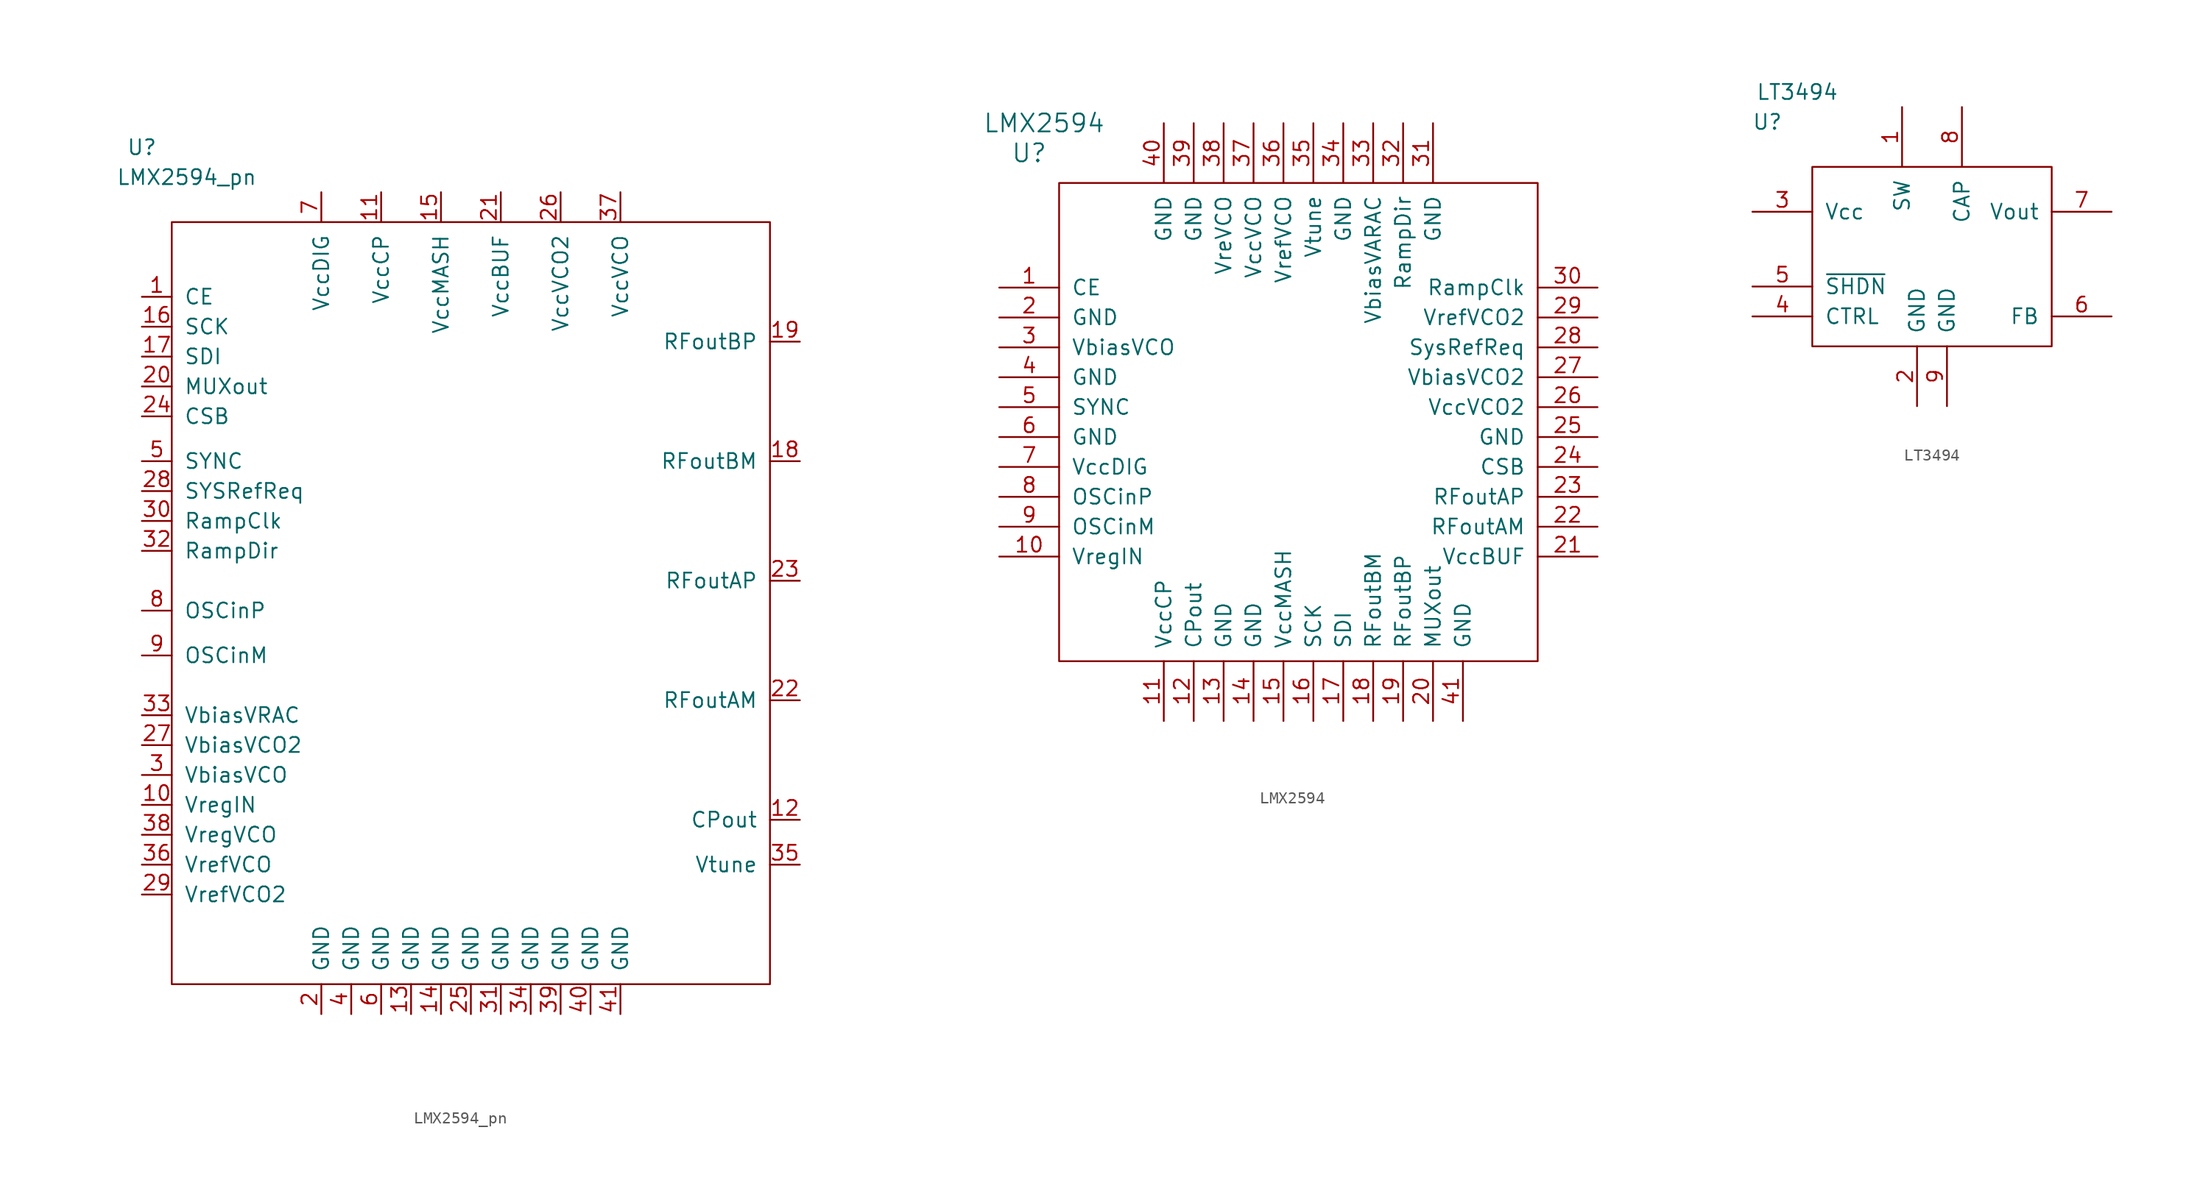
<source format=kicad_sym>
(kicad_symbol_lib
  (version 20201005)
  (generator kicad_symbol_editor)
  (symbol "vna_mm:LMX2594_pn"
    (pin_names
      (offset 1.016))
    (property "Reference" "U"
      (at -27.94 40.64 0)
      (effects (font (size 1.27 1.27))))
    (property "Value" "LMX2594_pn"
      (at -24.13 38.1 0)
      (effects (font (size 1.27 1.27))))
    (symbol "LMX2594_pn_0_0"
      (pin input line (at -27.94 27.94 0) (length 2.54) (name "CE" (effects (font (size 1.27 1.27)))) (number "1" (effects (font (size 1.27 1.27)))))
      (pin power_out line (at -27.94 -15.24 0) (length 2.54) (name "VregIN" (effects (font (size 1.27 1.27)))) (number "10" (effects (font (size 1.27 1.27)))))
      (pin power_in line (at -7.62 36.83 270) (length 2.54) (name "VccCP" (effects (font (size 1.27 1.27)))) (number "11" (effects (font (size 1.27 1.27)))))
      (pin output line (at 27.94 -16.51 180) (length 2.54) (name "CPout" (effects (font (size 1.27 1.27)))) (number "12" (effects (font (size 1.27 1.27)))))
      (pin power_in line (at -5.08 -33.02 90) (length 2.54) (name "GND" (effects (font (size 1.27 1.27)))) (number "13" (effects (font (size 1.27 1.27)))))
      (pin power_in line (at -2.54 -33.02 90) (length 2.54) (name "GND" (effects (font (size 1.27 1.27)))) (number "14" (effects (font (size 1.27 1.27)))))
      (pin power_in line (at -2.54 36.83 270) (length 2.54) (name "VccMASH" (effects (font (size 1.27 1.27)))) (number "15" (effects (font (size 1.27 1.27)))))
      (pin input line (at -27.94 25.4 0) (length 2.54) (name "SCK" (effects (font (size 1.27 1.27)))) (number "16" (effects (font (size 1.27 1.27)))))
      (pin input line (at -27.94 22.86 0) (length 2.54) (name "SDI" (effects (font (size 1.27 1.27)))) (number "17" (effects (font (size 1.27 1.27)))))
      (pin output line (at 27.94 13.97 180) (length 2.54) (name "RFoutBM" (effects (font (size 1.27 1.27)))) (number "18" (effects (font (size 1.27 1.27)))))
      (pin output line (at 27.94 24.13 180) (length 2.54) (name "RFoutBP" (effects (font (size 1.27 1.27)))) (number "19" (effects (font (size 1.27 1.27)))))
      (pin power_in line (at -12.7 -33.02 90) (length 2.54) (name "GND" (effects (font (size 1.27 1.27)))) (number "2" (effects (font (size 1.27 1.27)))))
      (pin input line (at -27.94 20.32 0) (length 2.54) (name "MUXout" (effects (font (size 1.27 1.27)))) (number "20" (effects (font (size 1.27 1.27)))))
      (pin power_in line (at 2.54 36.83 270) (length 2.54) (name "VccBUF" (effects (font (size 1.27 1.27)))) (number "21" (effects (font (size 1.27 1.27)))))
      (pin output line (at 27.94 -6.35 180) (length 2.54) (name "RFoutAM" (effects (font (size 1.27 1.27)))) (number "22" (effects (font (size 1.27 1.27)))))
      (pin output line (at 27.94 3.81 180) (length 2.54) (name "RFoutAP" (effects (font (size 1.27 1.27)))) (number "23" (effects (font (size 1.27 1.27)))))
      (pin input line (at -27.94 17.78 0) (length 2.54) (name "CSB" (effects (font (size 1.27 1.27)))) (number "24" (effects (font (size 1.27 1.27)))))
      (pin power_in line (at 0 -33.02 90) (length 2.54) (name "GND" (effects (font (size 1.27 1.27)))) (number "25" (effects (font (size 1.27 1.27)))))
      (pin power_in line (at 7.62 36.83 270) (length 2.54) (name "VccVCO2" (effects (font (size 1.27 1.27)))) (number "26" (effects (font (size 1.27 1.27)))))
      (pin power_out line (at -27.94 -10.16 0) (length 2.54) (name "VbiasVCO2" (effects (font (size 1.27 1.27)))) (number "27" (effects (font (size 1.27 1.27)))))
      (pin input line (at -27.94 11.43 0) (length 2.54) (name "SYSRefReq" (effects (font (size 1.27 1.27)))) (number "28" (effects (font (size 1.27 1.27)))))
      (pin power_out line (at -27.94 -22.86 0) (length 2.54) (name "VrefVCO2" (effects (font (size 1.27 1.27)))) (number "29" (effects (font (size 1.27 1.27)))))
      (pin power_out line (at -27.94 -12.7 0) (length 2.54) (name "VbiasVCO" (effects (font (size 1.27 1.27)))) (number "3" (effects (font (size 1.27 1.27)))))
      (pin input line (at -27.94 8.89 0) (length 2.54) (name "RampClk" (effects (font (size 1.27 1.27)))) (number "30" (effects (font (size 1.27 1.27)))))
      (pin power_in line (at 2.54 -33.02 90) (length 2.54) (name "GND" (effects (font (size 1.27 1.27)))) (number "31" (effects (font (size 1.27 1.27)))))
      (pin input line (at -27.94 6.35 0) (length 2.54) (name "RampDir" (effects (font (size 1.27 1.27)))) (number "32" (effects (font (size 1.27 1.27)))))
      (pin power_out line (at -27.94 -7.62 0) (length 2.54) (name "VbiasVRAC" (effects (font (size 1.27 1.27)))) (number "33" (effects (font (size 1.27 1.27)))))
      (pin power_in line (at 5.08 -33.02 90) (length 2.54) (name "GND" (effects (font (size 1.27 1.27)))) (number "34" (effects (font (size 1.27 1.27)))))
      (pin input line (at 27.94 -20.32 180) (length 2.54) (name "Vtune" (effects (font (size 1.27 1.27)))) (number "35" (effects (font (size 1.27 1.27)))))
      (pin power_out line (at -27.94 -20.32 0) (length 2.54) (name "VrefVCO" (effects (font (size 1.27 1.27)))) (number "36" (effects (font (size 1.27 1.27)))))
      (pin power_in line (at 12.7 36.83 270) (length 2.54) (name "VccVCO" (effects (font (size 1.27 1.27)))) (number "37" (effects (font (size 1.27 1.27)))))
      (pin power_out line (at -27.94 -17.78 0) (length 2.54) (name "VregVCO" (effects (font (size 1.27 1.27)))) (number "38" (effects (font (size 1.27 1.27)))))
      (pin power_in line (at 7.62 -33.02 90) (length 2.54) (name "GND" (effects (font (size 1.27 1.27)))) (number "39" (effects (font (size 1.27 1.27)))))
      (pin power_in line (at -10.16 -33.02 90) (length 2.54) (name "GND" (effects (font (size 1.27 1.27)))) (number "4" (effects (font (size 1.27 1.27)))))
      (pin power_in line (at 10.16 -33.02 90) (length 2.54) (name "GND" (effects (font (size 1.27 1.27)))) (number "40" (effects (font (size 1.27 1.27)))))
      (pin power_in line (at 12.7 -33.02 90) (length 2.54) (name "GND" (effects (font (size 1.27 1.27)))) (number "41" (effects (font (size 1.27 1.27)))))
      (pin input line (at -27.94 13.97 0) (length 2.54) (name "SYNC" (effects (font (size 1.27 1.27)))) (number "5" (effects (font (size 1.27 1.27)))))
      (pin power_in line (at -7.62 -33.02 90) (length 2.54) (name "GND" (effects (font (size 1.27 1.27)))) (number "6" (effects (font (size 1.27 1.27)))))
      (pin power_in line (at -12.7 36.83 270) (length 2.54) (name "VccDIG" (effects (font (size 1.27 1.27)))) (number "7" (effects (font (size 1.27 1.27)))))
      (pin input line (at -27.94 1.27 0) (length 2.54) (name "OSCinP" (effects (font (size 1.27 1.27)))) (number "8" (effects (font (size 1.27 1.27)))))
      (pin input line (at -27.94 -2.54 0) (length 2.54) (name "OSCinM" (effects (font (size 1.27 1.27)))) (number "9" (effects (font (size 1.27 1.27))))))
    (symbol "LMX2594_pn_0_1"
      (rectangle (start -25.4 34.29) (end 25.4 -30.48) (stroke (width 0)) (fill (type none)))))
  (symbol "vna_mm:LMX2594"
    (pin_names
      (offset 1.016))
    (property "Reference" "U"
      (at -22.86 22.86 0)
      (effects (font (size 1.524 1.524))))
    (property "Value" "LMX2594"
      (at -21.59 25.4 0)
      (effects (font (size 1.524 1.524))))
    (property "Footprint" ""
      (at 0 0 0)
      (effects (font (size 1.524 1.524))))
    (property "Datasheet" ""
      (at 0 0 0)
      (effects (font (size 1.524 1.524))))
    (symbol "LMX2594_0_1"
      (rectangle (start -20.32 20.32) (end 20.32 -20.32) (stroke (width 0)) (fill (type none))))
    (symbol "LMX2594_1_1"
      (pin input line (at -25.4 11.43 0) (length 5.08) (name "CE" (effects (font (size 1.27 1.27)))) (number "1" (effects (font (size 1.27 1.27)))))
      (pin input line (at -25.4 -11.43 0) (length 5.08) (name "VregIN" (effects (font (size 1.27 1.27)))) (number "10" (effects (font (size 1.27 1.27)))))
      (pin input line (at -11.43 -25.4 90) (length 5.08) (name "VccCP" (effects (font (size 1.27 1.27)))) (number "11" (effects (font (size 1.27 1.27)))))
      (pin input line (at -8.89 -25.4 90) (length 5.08) (name "CPout" (effects (font (size 1.27 1.27)))) (number "12" (effects (font (size 1.27 1.27)))))
      (pin input line (at -6.35 -25.4 90) (length 5.08) (name "GND" (effects (font (size 1.27 1.27)))) (number "13" (effects (font (size 1.27 1.27)))))
      (pin input line (at -3.81 -25.4 90) (length 5.08) (name "GND" (effects (font (size 1.27 1.27)))) (number "14" (effects (font (size 1.27 1.27)))))
      (pin input line (at -1.27 -25.4 90) (length 5.08) (name "VccMASH" (effects (font (size 1.27 1.27)))) (number "15" (effects (font (size 1.27 1.27)))))
      (pin input line (at 1.27 -25.4 90) (length 5.08) (name "SCK" (effects (font (size 1.27 1.27)))) (number "16" (effects (font (size 1.27 1.27)))))
      (pin input line (at 3.81 -25.4 90) (length 5.08) (name "SDI" (effects (font (size 1.27 1.27)))) (number "17" (effects (font (size 1.27 1.27)))))
      (pin input line (at 6.35 -25.4 90) (length 5.08) (name "RFoutBM" (effects (font (size 1.27 1.27)))) (number "18" (effects (font (size 1.27 1.27)))))
      (pin input line (at 8.89 -25.4 90) (length 5.08) (name "RFoutBP" (effects (font (size 1.27 1.27)))) (number "19" (effects (font (size 1.27 1.27)))))
      (pin input line (at -25.4 8.89 0) (length 5.08) (name "GND" (effects (font (size 1.27 1.27)))) (number "2" (effects (font (size 1.27 1.27)))))
      (pin input line (at 11.43 -25.4 90) (length 5.08) (name "MUXout" (effects (font (size 1.27 1.27)))) (number "20" (effects (font (size 1.27 1.27)))))
      (pin input line (at 25.4 -11.43 180) (length 5.08) (name "VccBUF" (effects (font (size 1.27 1.27)))) (number "21" (effects (font (size 1.27 1.27)))))
      (pin input line (at 25.4 -8.89 180) (length 5.08) (name "RFoutAM" (effects (font (size 1.27 1.27)))) (number "22" (effects (font (size 1.27 1.27)))))
      (pin input line (at 25.4 -6.35 180) (length 5.08) (name "RFoutAP" (effects (font (size 1.27 1.27)))) (number "23" (effects (font (size 1.27 1.27)))))
      (pin input line (at 25.4 -3.81 180) (length 5.08) (name "CSB" (effects (font (size 1.27 1.27)))) (number "24" (effects (font (size 1.27 1.27)))))
      (pin input line (at 25.4 -1.27 180) (length 5.08) (name "GND" (effects (font (size 1.27 1.27)))) (number "25" (effects (font (size 1.27 1.27)))))
      (pin input line (at 25.4 1.27 180) (length 5.08) (name "VccVCO2" (effects (font (size 1.27 1.27)))) (number "26" (effects (font (size 1.27 1.27)))))
      (pin input line (at 25.4 3.81 180) (length 5.08) (name "VbiasVCO2" (effects (font (size 1.27 1.27)))) (number "27" (effects (font (size 1.27 1.27)))))
      (pin input line (at 25.4 6.35 180) (length 5.08) (name "SysRefReq" (effects (font (size 1.27 1.27)))) (number "28" (effects (font (size 1.27 1.27)))))
      (pin input line (at 25.4 8.89 180) (length 5.08) (name "VrefVCO2" (effects (font (size 1.27 1.27)))) (number "29" (effects (font (size 1.27 1.27)))))
      (pin input line (at -25.4 6.35 0) (length 5.08) (name "VbiasVCO" (effects (font (size 1.27 1.27)))) (number "3" (effects (font (size 1.27 1.27)))))
      (pin input line (at 25.4 11.43 180) (length 5.08) (name "RampClk" (effects (font (size 1.27 1.27)))) (number "30" (effects (font (size 1.27 1.27)))))
      (pin input line (at 11.43 25.4 270) (length 5.08) (name "GND" (effects (font (size 1.27 1.27)))) (number "31" (effects (font (size 1.27 1.27)))))
      (pin input line (at 8.89 25.4 270) (length 5.08) (name "RampDir" (effects (font (size 1.27 1.27)))) (number "32" (effects (font (size 1.27 1.27)))))
      (pin input line (at 6.35 25.4 270) (length 5.08) (name "VbiasVARAC" (effects (font (size 1.27 1.27)))) (number "33" (effects (font (size 1.27 1.27)))))
      (pin input line (at 3.81 25.4 270) (length 5.08) (name "GND" (effects (font (size 1.27 1.27)))) (number "34" (effects (font (size 1.27 1.27)))))
      (pin input line (at 1.27 25.4 270) (length 5.08) (name "Vtune" (effects (font (size 1.27 1.27)))) (number "35" (effects (font (size 1.27 1.27)))))
      (pin input line (at -1.27 25.4 270) (length 5.08) (name "VrefVCO" (effects (font (size 1.27 1.27)))) (number "36" (effects (font (size 1.27 1.27)))))
      (pin input line (at -3.81 25.4 270) (length 5.08) (name "VccVCO" (effects (font (size 1.27 1.27)))) (number "37" (effects (font (size 1.27 1.27)))))
      (pin input line (at -6.35 25.4 270) (length 5.08) (name "VreVCO" (effects (font (size 1.27 1.27)))) (number "38" (effects (font (size 1.27 1.27)))))
      (pin input line (at -8.89 25.4 270) (length 5.08) (name "GND" (effects (font (size 1.27 1.27)))) (number "39" (effects (font (size 1.27 1.27)))))
      (pin input line (at -25.4 3.81 0) (length 5.08) (name "GND" (effects (font (size 1.27 1.27)))) (number "4" (effects (font (size 1.27 1.27)))))
      (pin input line (at -11.43 25.4 270) (length 5.08) (name "GND" (effects (font (size 1.27 1.27)))) (number "40" (effects (font (size 1.27 1.27)))))
      (pin input line (at 13.97 -25.4 90) (length 5.08) (name "GND" (effects (font (size 1.27 1.27)))) (number "41" (effects (font (size 1.27 1.27)))))
      (pin input line (at -25.4 1.27 0) (length 5.08) (name "SYNC" (effects (font (size 1.27 1.27)))) (number "5" (effects (font (size 1.27 1.27)))))
      (pin input line (at -25.4 -1.27 0) (length 5.08) (name "GND" (effects (font (size 1.27 1.27)))) (number "6" (effects (font (size 1.27 1.27)))))
      (pin input line (at -25.4 -3.81 0) (length 5.08) (name "VccDIG" (effects (font (size 1.27 1.27)))) (number "7" (effects (font (size 1.27 1.27)))))
      (pin input line (at -25.4 -6.35 0) (length 5.08) (name "OSCinP" (effects (font (size 1.27 1.27)))) (number "8" (effects (font (size 1.27 1.27)))))
      (pin input line (at -25.4 -8.89 0) (length 5.08) (name "OSCinM" (effects (font (size 1.27 1.27)))) (number "9" (effects (font (size 1.27 1.27)))))))
  (symbol "vna_mm:LT3494"
    (pin_names
      (offset 1.016))
    (property "Reference" "U"
      (at -13.97 11.43 0)
      (effects (font (size 1.27 1.27))))
    (property "Value" "LT3494"
      (at -11.43 13.97 0)
      (effects (font (size 1.27 1.27))))
    (symbol "LT3494_0_1"
      (rectangle (start -10.16 7.62) (end 10.16 -7.62) (stroke (width 0)) (fill (type none))))
    (symbol "LT3494_1_1"
      (pin output line (at -2.54 12.7 270) (length 5.08) (name "SW" (effects (font (size 1.27 1.27)))) (number "1" (effects (font (size 1.27 1.27)))))
      (pin power_in line (at -1.27 -12.7 90) (length 5.08) (name "GND" (effects (font (size 1.27 1.27)))) (number "2" (effects (font (size 1.27 1.27)))))
      (pin power_in line (at -15.24 3.81 0) (length 5.08) (name "Vcc" (effects (font (size 1.27 1.27)))) (number "3" (effects (font (size 1.27 1.27)))))
      (pin input line (at -15.24 -5.08 0) (length 5.08) (name "CTRL" (effects (font (size 1.27 1.27)))) (number "4" (effects (font (size 1.27 1.27)))))
      (pin input line (at -15.24 -2.54 0) (length 5.08) (name "~SHDN" (effects (font (size 1.27 1.27)))) (number "5" (effects (font (size 1.27 1.27)))))
      (pin input line (at 15.24 -5.08 180) (length 5.08) (name "FB" (effects (font (size 1.27 1.27)))) (number "6" (effects (font (size 1.27 1.27)))))
      (pin power_out line (at 15.24 3.81 180) (length 5.08) (name "Vout" (effects (font (size 1.27 1.27)))) (number "7" (effects (font (size 1.27 1.27)))))
      (pin output line (at 2.54 12.7 270) (length 5.08) (name "CAP" (effects (font (size 1.27 1.27)))) (number "8" (effects (font (size 1.27 1.27)))))
      (pin power_in line (at 1.27 -12.7 90) (length 5.08) (name "GND" (effects (font (size 1.27 1.27)))) (number "9" (effects (font (size 1.27 1.27))))))))
</source>
